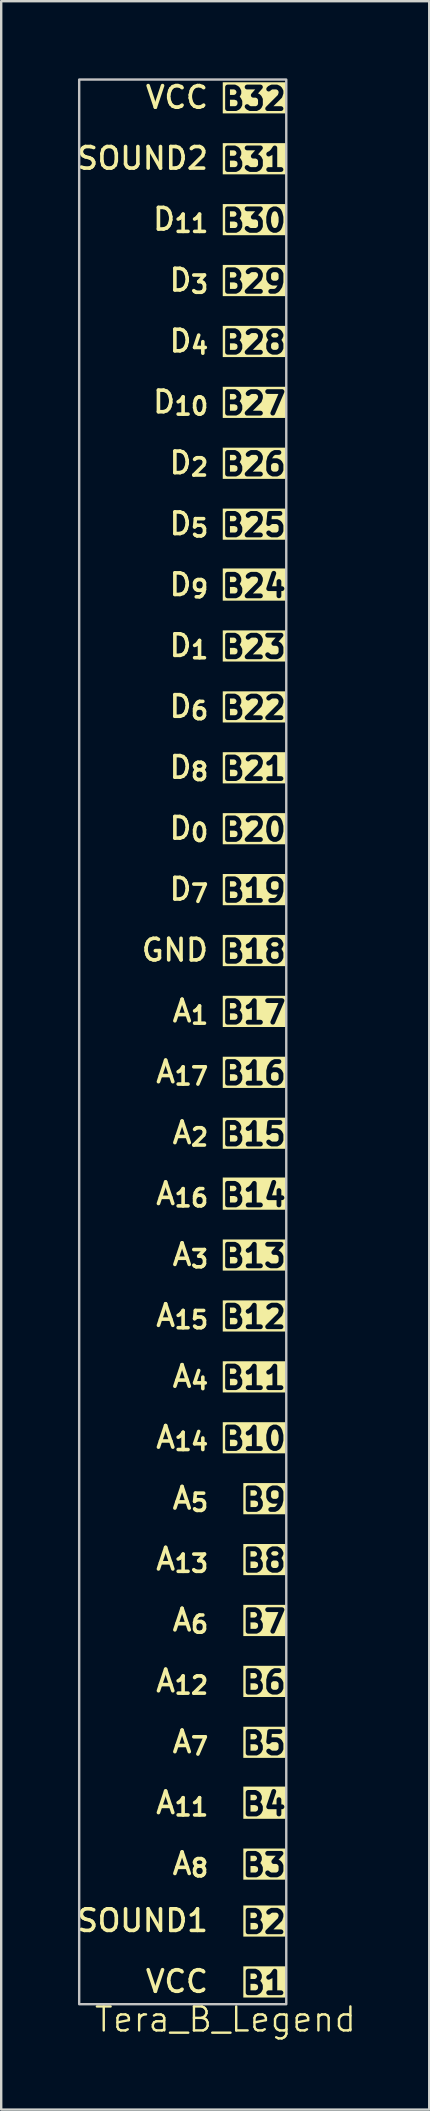
<source format=kicad_pcb>
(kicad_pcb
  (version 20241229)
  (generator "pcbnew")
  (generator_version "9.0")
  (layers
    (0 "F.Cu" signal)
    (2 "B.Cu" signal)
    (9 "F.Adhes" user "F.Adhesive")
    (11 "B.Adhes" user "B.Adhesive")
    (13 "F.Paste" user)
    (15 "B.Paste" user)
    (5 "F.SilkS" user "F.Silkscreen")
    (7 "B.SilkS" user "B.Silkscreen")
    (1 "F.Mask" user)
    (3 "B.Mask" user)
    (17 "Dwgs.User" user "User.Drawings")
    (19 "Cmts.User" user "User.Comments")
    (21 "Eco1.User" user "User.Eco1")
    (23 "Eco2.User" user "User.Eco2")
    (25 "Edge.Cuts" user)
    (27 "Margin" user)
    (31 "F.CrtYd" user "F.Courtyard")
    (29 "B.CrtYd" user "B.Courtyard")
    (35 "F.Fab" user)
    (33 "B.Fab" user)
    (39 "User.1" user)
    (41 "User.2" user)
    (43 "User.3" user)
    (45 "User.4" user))
  (footprint "Tera_B_Legend"
    (layer "F.Cu")
    (at 8.888 80.532)
    (property "Reference" "Tera_B_Legend" (at -2.54 0.635 0) (unlocked yes) (layer "F.SilkS") (effects (font (size 1 1) (thickness 0.1))))
    (fp_rect (start -8.636 0) (end 0 -80.264) (stroke (width 0.1) (type default)) (fill no) (layer "Dwgs.User"))
    (fp_text user "A_{8}" (at -3.175 -5.334 0) (unlocked yes) (layer "F.SilkS") (effects (font (size 0.9 0.9) (thickness 0.15)) (justify right bottom)))
    (fp_text user "A_{5}" (at -3.175 -20.574 0) (unlocked yes) (layer "F.SilkS") (effects (font (size 0.9 0.9) (thickness 0.15)) (justify right bottom)))
    (fp_text user "B11" (at -2.794 -25.592 0) (unlocked yes) (layer "F.SilkS" knockout) (effects (font (size 0.9 0.9) (thickness 0.2) (bold yes)) (justify left bottom)))
    (fp_text user "A_{17}" (at -3.175 -38.354 0) (unlocked yes) (layer "F.SilkS") (effects (font (size 0.9 0.9) (thickness 0.15)) (justify right bottom)))
    (fp_text user "B5" (at -1.937 -10.352 0) (unlocked yes) (layer "F.SilkS" knockout) (effects (font (size 0.9 0.9) (thickness 0.2) (bold yes)) (justify left bottom)))
    (fp_text user "A_{2}" (at -3.175 -35.814 0) (unlocked yes) (layer "F.SilkS") (effects (font (size 0.9 0.9) (thickness 0.15)) (justify right bottom)))
    (fp_text user "B9" (at -1.937 -20.512 0) (unlocked yes) (layer "F.SilkS" knockout) (effects (font (size 0.9 0.9) (thickness 0.2) (bold yes)) (justify left bottom)))
    (fp_text user "B12" (at -2.794 -28.132 0) (unlocked yes) (layer "F.SilkS" knockout) (effects (font (size 0.9 0.9) (thickness 0.2) (bold yes)) (justify left bottom)))
    (fp_text user "B13" (at -2.794 -30.672 0) (unlocked yes) (layer "F.SilkS" knockout) (effects (font (size 0.9 0.9) (thickness 0.2) (bold yes)) (justify left bottom)))
    (fp_text user "A_{14}" (at -3.175 -23.114 0) (unlocked yes) (layer "F.SilkS") (effects (font (size 0.9 0.9) (thickness 0.15)) (justify right bottom)))
    (fp_text user "B4" (at -1.937 -7.812 0) (unlocked yes) (layer "F.SilkS" knockout) (effects (font (size 0.9 0.9) (thickness 0.2) (bold yes)) (justify left bottom)))
    (fp_text user "A_{3}" (at -3.175 -30.734 0) (unlocked yes) (layer "F.SilkS") (effects (font (size 0.9 0.9) (thickness 0.15)) (justify right bottom)))
    (fp_text user "B18" (at -2.794 -43.372 0) (unlocked yes) (layer "F.SilkS" knockout) (effects (font (size 0.9 0.9) (thickness 0.2) (bold yes)) (justify left bottom)))
    (fp_text user "B14" (at -2.794 -33.212 0) (unlocked yes) (layer "F.SilkS" knockout) (effects (font (size 0.9 0.9) (thickness 0.2) (bold yes)) (justify left bottom)))
    (fp_text user "VCC" (at -3.175 -78.994 0) (unlocked yes) (layer "F.SilkS") (effects (font (size 0.9 0.9) (thickness 0.15)) (justify right bottom)))
    (fp_text user "B3" (at -1.937 -5.272 0) (unlocked yes) (layer "F.SilkS" knockout) (effects (font (size 0.9 0.9) (thickness 0.2) (bold yes)) (justify left bottom)))
    (fp_text user "B31" (at -2.794 -76.392 0) (unlocked yes) (layer "F.SilkS" knockout) (effects (font (size 0.9 0.9) (thickness 0.2) (bold yes)) (justify left bottom)))
    (fp_text user "B23" (at -2.794 -56.072 0) (unlocked yes) (layer "F.SilkS" knockout) (effects (font (size 0.9 0.9) (thickness 0.2) (bold yes)) (justify left bottom)))
    (fp_text user "D_{10}" (at -3.175 -66.294 0) (unlocked yes) (layer "F.SilkS") (effects (font (size 0.9 0.9) (thickness 0.15)) (justify right bottom)))
    (fp_text user "B26" (at -2.794 -63.692 0) (unlocked yes) (layer "F.SilkS" knockout) (effects (font (size 0.9 0.9) (thickness 0.2) (bold yes)) (justify left bottom)))
    (fp_text user "D_{5}" (at -3.175 -61.214 0) (unlocked yes) (layer "F.SilkS") (effects (font (size 0.9 0.9) (thickness 0.15)) (justify right bottom)))
    (fp_text user "GND" (at -3.175 -43.434 0) (unlocked yes) (layer "F.SilkS") (effects (font (size 0.9 0.9) (thickness 0.15)) (justify right bottom)))
    (fp_text user "VCC" (at -3.175 -0.421 0) (unlocked yes) (layer "F.SilkS") (effects (font (size 0.9 0.9) (thickness 0.15)) (justify right bottom)))
    (fp_text user "A_{15}" (at -3.175 -28.194 0) (unlocked yes) (layer "F.SilkS") (effects (font (size 0.9 0.9) (thickness 0.15)) (justify right bottom)))
    (fp_text user "B1" (at -1.937 -0.358 0) (unlocked yes) (layer "F.SilkS" knockout) (effects (font (size 0.9 0.9) (thickness 0.2) (bold yes)) (justify left bottom)))
    (fp_text user "D_{8}" (at -3.175 -51.054 0) (unlocked yes) (layer "F.SilkS") (effects (font (size 0.9 0.9) (thickness 0.15)) (justify right bottom)))
    (fp_text user "B21" (at -2.794 -50.992 0) (unlocked yes) (layer "F.SilkS" knockout) (effects (font (size 0.9 0.9) (thickness 0.2) (bold yes)) (justify left bottom)))
    (fp_text user "SOUND2" (at -3.175 -76.454 0) (unlocked yes) (layer "F.SilkS") (effects (font (size 0.9 0.9) (thickness 0.15)) (justify right bottom)))
    (fp_text user "B8" (at -1.937 -17.972 0) (unlocked yes) (layer "F.SilkS" knockout) (effects (font (size 0.9 0.9) (thickness 0.2) (bold yes)) (justify left bottom)))
    (fp_text user "D_{11}" (at -3.175 -73.914 0) (unlocked yes) (layer "F.SilkS") (effects (font (size 0.9 0.9) (thickness 0.15)) (justify right bottom)))
    (fp_text user "A_{6}" (at -3.175 -15.494 0) (unlocked yes) (layer "F.SilkS") (effects (font (size 0.9 0.9) (thickness 0.15)) (justify right bottom)))
    (fp_text user "D_{2}" (at -3.175 -63.754 0) (unlocked yes) (layer "F.SilkS") (effects (font (size 0.9 0.9) (thickness 0.15)) (justify right bottom)))
    (fp_text user "D_{4}" (at -3.175 -68.834 0) (unlocked yes) (layer "F.SilkS") (effects (font (size 0.9 0.9) (thickness 0.15)) (justify right bottom)))
    (fp_text user "B10" (at -2.794 -23.052 0) (unlocked yes) (layer "F.SilkS" knockout) (effects (font (size 0.9 0.9) (thickness 0.2) (bold yes)) (justify left bottom)))
    (fp_text user "A_{13}" (at -3.175 -18.034 0) (unlocked yes) (layer "F.SilkS") (effects (font (size 0.9 0.9) (thickness 0.15)) (justify right bottom)))
    (fp_text user "A_{7}" (at -3.175 -10.414 0) (unlocked yes) (layer "F.SilkS") (effects (font (size 0.9 0.9) (thickness 0.15)) (justify right bottom)))
    (fp_text user "D_{7}" (at -3.175 -45.974 0) (unlocked yes) (layer "F.SilkS") (effects (font (size 0.9 0.9) (thickness 0.15)) (justify right bottom)))
    (fp_text user "D_{9}" (at -3.175 -58.674 0) (unlocked yes) (layer "F.SilkS") (effects (font (size 0.9 0.9) (thickness 0.15)) (justify right bottom)))
    (fp_text user "B29" (at -2.794 -71.312 0) (unlocked yes) (layer "F.SilkS" knockout) (effects (font (size 0.9 0.9) (thickness 0.2) (bold yes)) (justify left bottom)))
    (fp_text user "A_{12}" (at -3.175 -12.954 0) (unlocked yes) (layer "F.SilkS") (effects (font (size 0.9 0.9) (thickness 0.15)) (justify right bottom)))
    (fp_text user "A_{16}" (at -3.175 -33.274 0) (unlocked yes) (layer "F.SilkS") (effects (font (size 0.9 0.9) (thickness 0.15)) (justify right bottom)))
    (fp_text user "B32" (at -2.794 -78.932 0) (unlocked yes) (layer "F.SilkS" knockout) (effects (font (size 0.9 0.9) (thickness 0.2) (bold yes)) (justify left bottom)))
    (fp_text user "B16" (at -2.794 -38.292 0) (unlocked yes) (layer "F.SilkS" knockout) (effects (font (size 0.9 0.9) (thickness 0.2) (bold yes)) (justify left bottom)))
    (fp_text user "A_{11}" (at -3.175 -7.874 0) (unlocked yes) (layer "F.SilkS") (effects (font (size 0.9 0.9) (thickness 0.15)) (justify right bottom)))
    (fp_text user "A_{4}" (at -3.175 -25.654 0) (unlocked yes) (layer "F.SilkS") (effects (font (size 0.9 0.9) (thickness 0.15)) (justify right bottom)))
    (fp_text user "B24" (at -2.794 -58.612 0) (unlocked yes) (layer "F.SilkS" knockout) (effects (font (size 0.9 0.9) (thickness 0.2) (bold yes)) (justify left bottom)))
    (fp_text user "D_{0}" (at -3.175 -48.514 0) (unlocked yes) (layer "F.SilkS") (effects (font (size 0.9 0.9) (thickness 0.15)) (justify right bottom)))
    (fp_text user "B25" (at -2.794 -61.152 0) (unlocked yes) (layer "F.SilkS" knockout) (effects (font (size 0.9 0.9) (thickness 0.2) (bold yes)) (justify left bottom)))
    (fp_text user "B2" (at -1.937 -2.898 0) (unlocked yes) (layer "F.SilkS" knockout) (effects (font (size 0.9 0.9) (thickness 0.2) (bold yes)) (justify left bottom)))
    (fp_text user "D_{1}" (at -3.175 -56.134 0) (unlocked yes) (layer "F.SilkS") (effects (font (size 0.9 0.9) (thickness 0.15)) (justify right bottom)))
    (fp_text user "D_{6}" (at -3.175 -53.594 0) (unlocked yes) (layer "F.SilkS") (effects (font (size 0.9 0.9) (thickness 0.15)) (justify right bottom)))
    (fp_text user "B6" (at -1.937 -12.892 0) (unlocked yes) (layer "F.SilkS" knockout) (effects (font (size 0.9 0.9) (thickness 0.2) (bold yes)) (justify left bottom)))
    (fp_text user "B30" (at -2.794 -73.852 0) (unlocked yes) (layer "F.SilkS" knockout) (effects (font (size 0.9 0.9) (thickness 0.2) (bold yes)) (justify left bottom)))
    (fp_text user "D_{3}" (at -3.175 -71.374 0) (unlocked yes) (layer "F.SilkS") (effects (font (size 0.9 0.9) (thickness 0.15)) (justify right bottom)))
    (fp_text user "B17" (at -2.794 -40.832 0) (unlocked yes) (layer "F.SilkS" knockout) (effects (font (size 0.9 0.9) (thickness 0.2) (bold yes)) (justify left bottom)))
    (fp_text user "B28" (at -2.794 -68.772 0) (unlocked yes) (layer "F.SilkS" knockout) (effects (font (size 0.9 0.9) (thickness 0.2) (bold yes)) (justify left bottom)))
    (fp_text user "B15" (at -2.794 -35.752 0) (unlocked yes) (layer "F.SilkS" knockout) (effects (font (size 0.9 0.9) (thickness 0.2) (bold yes)) (justify left bottom)))
    (fp_text user "A_{1}" (at -3.175 -40.894 0) (unlocked yes) (layer "F.SilkS") (effects (font (size 0.9 0.9) (thickness 0.15)) (justify right bottom)))
    (fp_text user "B27" (at -2.794 -66.232 0) (unlocked yes) (layer "F.SilkS" knockout) (effects (font (size 0.9 0.9) (thickness 0.2) (bold yes)) (justify left bottom)))
    (fp_text user "B22" (at -2.794 -53.532 0) (unlocked yes) (layer "F.SilkS" knockout) (effects (font (size 0.9 0.9) (thickness 0.2) (bold yes)) (justify left bottom)))
    (fp_text user "B19" (at -2.794 -45.912 0) (unlocked yes) (layer "F.SilkS" knockout) (effects (font (size 0.9 0.9) (thickness 0.2) (bold yes)) (justify left bottom)))
    (fp_text user "B7" (at -1.937 -15.432 0) (unlocked yes) (layer "F.SilkS" knockout) (effects (font (size 0.9 0.9) (thickness 0.2) (bold yes)) (justify left bottom)))
    (fp_text user "SOUND1" (at -3.175 -2.961 0) (unlocked yes) (layer "F.SilkS") (effects (font (size 0.9 0.9) (thickness 0.15)) (justify right bottom)))
    (fp_text user "B20" (at -2.794 -48.452 0) (unlocked yes) (layer "F.SilkS" knockout) (effects (font (size 0.9 0.9) (thickness 0.2) (bold yes)) (justify left bottom))))
  (gr_rect
    (start -3 -3)
    (end 14.85 84.927)
    (stroke (width 0.1) (type default))
    (fill no)
    (layer "Edge.Cuts")))
</source>
